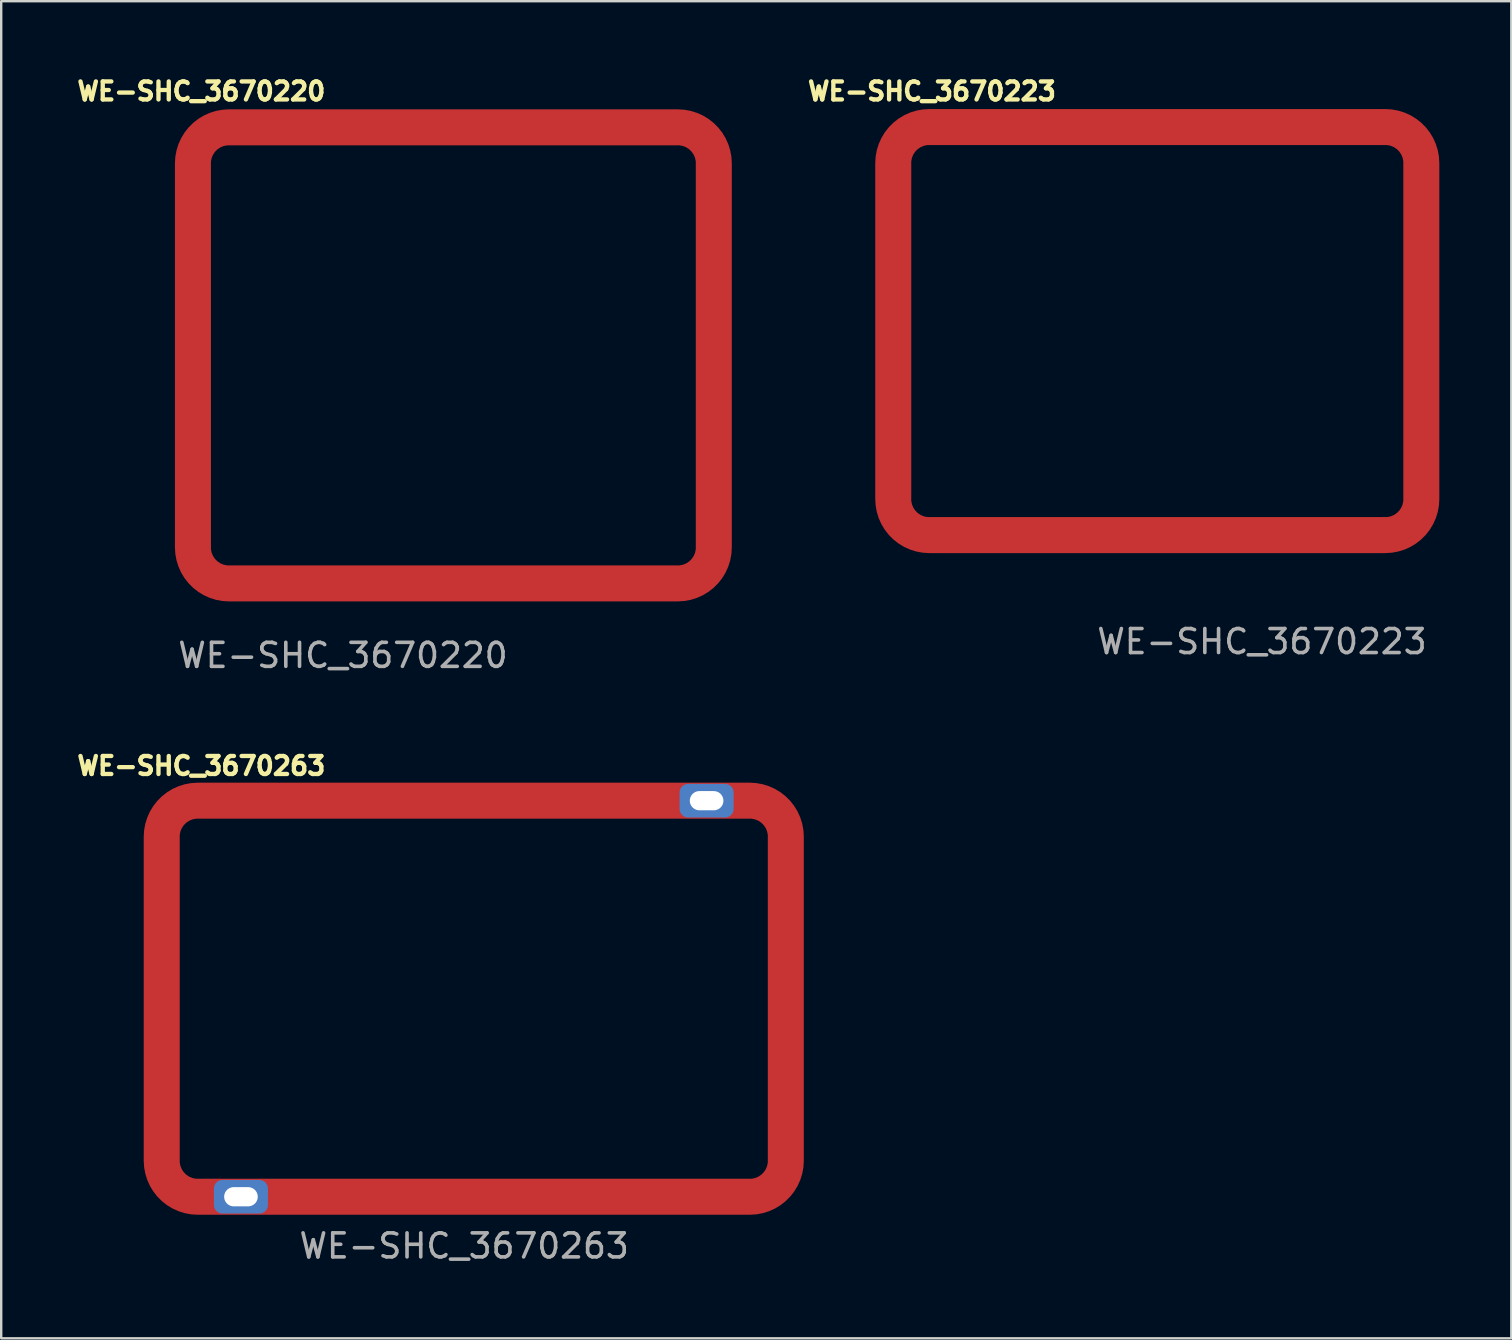
<source format=kicad_pcb>
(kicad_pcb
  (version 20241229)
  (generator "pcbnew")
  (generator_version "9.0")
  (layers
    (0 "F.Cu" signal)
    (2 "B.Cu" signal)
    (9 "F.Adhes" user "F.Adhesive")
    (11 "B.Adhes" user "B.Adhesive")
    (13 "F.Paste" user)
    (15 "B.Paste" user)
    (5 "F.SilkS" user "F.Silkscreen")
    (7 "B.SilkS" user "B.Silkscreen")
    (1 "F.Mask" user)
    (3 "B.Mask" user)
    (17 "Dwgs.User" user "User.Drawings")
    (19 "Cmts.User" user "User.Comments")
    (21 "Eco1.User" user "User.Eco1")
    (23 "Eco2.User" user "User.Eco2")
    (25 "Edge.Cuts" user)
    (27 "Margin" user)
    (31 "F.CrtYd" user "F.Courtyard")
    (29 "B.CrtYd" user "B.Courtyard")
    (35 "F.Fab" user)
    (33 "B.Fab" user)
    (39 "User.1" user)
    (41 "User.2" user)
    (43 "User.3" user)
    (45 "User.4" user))
  (footprint "WE-SHC_3670223"
    (layer "F.Cu")
    (at 45.176 10.755)
    (property "Reference" "WE-SHC_3670223" (at -9.4 -10 0) (unlocked yes) (layer "F.SilkS") (effects (font (size 0.75 0.75) (thickness 0.18))))
    (attr smd)
    (fp_line (start -11 -1.125) (end -11 1.125) (stroke (width 0.5) (type default)) (layer "F.Paste"))
    (fp_line (start -11 6.869) (end -11 2.4) (stroke (width 0.5) (type default)) (layer "F.Paste"))
    (fp_line (start -11 -6.9) (end -11 -2.431) (stroke (width 0.5) (type default)) (layer "F.Paste"))
    (fp_line (start -9.4 8.469) (end -2.6 8.469) (stroke (width 0.5) (type default)) (layer "F.Paste"))
    (fp_line (start -9.4 -8.5) (end -2.6 -8.5) (stroke (width 0.5) (type default)) (layer "F.Paste"))
    (fp_line (start -1.125 -8.5) (end 1.125 -8.5) (stroke (width 0.5) (type default)) (layer "F.Paste"))
    (fp_line (start -1.125 8.4) (end 1.125 8.4) (stroke (width 0.5) (type default)) (layer "F.Paste"))
    (fp_line (start 9.4 -8.5) (end 2.6 -8.5) (stroke (width 0.5) (type default)) (layer "F.Paste"))
    (fp_line (start 9.4 8.469) (end 2.6 8.469) (stroke (width 0.5) (type default)) (layer "F.Paste"))
    (fp_line (start 11 -6.9) (end 11 -2.431) (stroke (width 0.5) (type default)) (layer "F.Paste"))
    (fp_line (start 11 -1.125) (end 11 1.125) (stroke (width 0.5) (type default)) (layer "F.Paste"))
    (fp_line (start 11 6.869) (end 11 2.4) (stroke (width 0.5) (type default)) (layer "F.Paste"))
    (fp_arc (start -10.999999 -6.899999) (mid -10.53137 -8.03137) (end -9.399999 -8.499999) (stroke (width 0.5) (type default)) (layer "F.Paste"))
    (fp_arc (start -9.4 8.468629) (mid -10.531371 8) (end -11 6.868629) (stroke (width 0.5) (type default)) (layer "F.Paste"))
    (fp_arc (start 9.4 -8.5) (mid 10.531371 -8.031371) (end 11 -6.9) (stroke (width 0.5) (type default)) (layer "F.Paste"))
    (fp_arc (start 11 6.868629) (mid 10.531371 8) (end 9.4 8.468629) (stroke (width 0.5) (type default)) (layer "F.Paste"))
    (fp_text user "${REFERENCE}" (at 4.35 12.925 0) (unlocked yes) (layer "F.Fab") (effects (font (size 1 1) (thickness 0.15))))
    (pad "1" smd custom (at -8.287 8.488) (size 1 1) (layers "F.Cu" "F.Mask") (options (anchor rect)) (primitives (gr_line (start 17.775 0) (end -1.225 0) (width 1.5)) (gr_arc (start -1.225 0) (mid -2.28566 -0.43934) (end -2.725 -1.5) (width 1.5)) (gr_line (start -2.725 -1.5) (end -2.725 -15.5) (width 1.5)) (gr_arc (start -2.725 -15.5) (mid -2.28566 -16.56066) (end -1.225 -17) (width 1.5)) (gr_line (start -1.225 -17) (end 17.775 -17) (width 1.5)) (gr_arc (start 19.275 -1.5) (mid 18.83566 -0.43934) (end 17.775 0) (width 1.5)) (gr_line (start 19.275 -15.5) (end 19.275 -1.5) (width 1.5)) (gr_arc (start 17.775 -17) (mid 18.83566 -16.56066) (end 19.275 -15.5) (width 1.5)))))
  (footprint "WE-SHC_3670263"
    (layer "F.Cu")
    (at 16.688 38.558)
    (property "Reference" "WE-SHC_3670263" (at -11.35 -9.7 0) (unlocked yes) (layer "F.SilkS") (effects (font (size 0.75 0.75) (thickness 0.18))))
    (attr through_hole)
    (fp_line (start -13 -6.717) (end -13 -2.883) (stroke (width 0.5) (type default)) (layer "F.Paste"))
    (fp_line (start -13 -1.125) (end -13 1.125) (stroke (width 0.5) (type default)) (layer "F.Paste"))
    (fp_line (start -13 6.7) (end -13 2.866) (stroke (width 0.5) (type default)) (layer "F.Paste"))
    (fp_line (start -11.4 -8.317) (end -2.4 -8.317) (stroke (width 0.5) (type default)) (layer "F.Paste"))
    (fp_line (start -8.2 8.3) (end -2.4 8.3) (stroke (width 0.5) (type default)) (layer "F.Paste"))
    (fp_line (start -1.125 -8.3) (end 1.125 -8.3) (stroke (width 0.5) (type default)) (layer "F.Paste"))
    (fp_line (start -1.125 8.3) (end 1.125 8.3) (stroke (width 0.5) (type default)) (layer "F.Paste"))
    (fp_line (start 8.2 -8.3) (end 2.4 -8.3) (stroke (width 0.5) (type default)) (layer "F.Paste"))
    (fp_line (start 11.4 8.3) (end 2.4 8.3) (stroke (width 0.5) (type default)) (layer "F.Paste"))
    (fp_line (start 13 -6.7) (end 13 -2.866) (stroke (width 0.5) (type default)) (layer "F.Paste"))
    (fp_line (start 13 -1.225) (end 13 1.025) (stroke (width 0.5) (type default)) (layer "F.Paste"))
    (fp_line (start 13 6.7) (end 13 2.866) (stroke (width 0.5) (type default)) (layer "F.Paste"))
    (fp_arc (start -13 -6.717157) (mid -12.531371 -7.848528) (end -11.4 -8.317157) (stroke (width 0.5) (type default)) (layer "F.Paste"))
    (fp_arc (start -11.4 8.3) (mid -12.531371 7.831371) (end -13 6.7) (stroke (width 0.5) (type default)) (layer "F.Paste"))
    (fp_arc (start 11.4 -8.3) (mid 12.531371 -7.831371) (end 13 -6.7) (stroke (width 0.5) (type default)) (layer "F.Paste"))
    (fp_arc (start 13 6.7) (mid 12.531371 7.831371) (end 11.4 8.3) (stroke (width 0.5) (type default)) (layer "F.Paste"))
    (fp_text user "${REFERENCE}" (at -0.4 10.3 0) (unlocked yes) (layer "F.Fab") (effects (font (size 1 1) (thickness 0.15))))
    (pad "1" thru_hole roundrect (at -9.7 8.25) (size 2.25 1.4) (drill oval 1.4 0.8) (layers "*.Cu" "F.Mask") (roundrect_rratio 0.25))
    (pad "1" thru_hole roundrect (at 9.7 -8.25) (size 2.25 1.4) (drill oval 1.4 0.8) (layers "*.Cu" "F.Mask") (roundrect_rratio 0.25))
    (pad "1" smd custom (at 9.8 -8.25) (size 1.4 1.4) (layers "F.Cu" "F.Mask") (options (anchor circle)) (primitives (gr_poly (pts (xy -1.125 -0.35) (xy -1.11 -0.45) (xy -1.06 -0.553) (xy -0.978 -0.635) (xy -0.875 -0.685) (xy -0.775 -0.7) (xy 0.775 -0.7) (xy 0.875 -0.685) (xy 0.978 -0.635) (xy 1.06 -0.553) (xy 1.11 -0.45) (xy 1.125 -0.35) (xy 1.125 0.35) (xy 1.11 0.45) (xy 1.06 0.553) (xy 0.978 0.635) (xy 0.875 0.685) (xy 0.775 0.7) (xy -0.775 0.7) (xy -0.875 0.685) (xy -0.978 0.635) (xy -1.06 0.553) (xy -1.11 0.45) (xy -1.125 0.35)) (width 0) (fill yes)) (gr_line (start -21.3 0) (end 1.7 0) (width 1.5)) (gr_arc (start 1.7 0) (mid 2.76066 0.43934) (end 3.2 1.5) (width 1.5)) (gr_line (start 3.2 1.5) (end 3.2 15) (width 1.5)) (gr_arc (start 3.2 15) (mid 2.76066 16.06066) (end 1.7 16.5) (width 1.5)) (gr_line (start 1.7 16.5) (end -21.3 16.5) (width 1.5)) (gr_arc (start -22.8 1.5) (mid -22.36066 0.43934) (end -21.3 0) (width 1.5)) (gr_line (start -22.8 15) (end -22.8 1.5) (width 1.5)) (gr_arc (start -21.3 16.5) (mid -22.36066 16.06066) (end -22.8 15) (width 1.5)))))
  (footprint "WE-SHC_3670220"
    (layer "F.Cu")
    (at 15.838 11.755)
    (property "Reference" "WE-SHC_3670220" (at -10.5 -11 0) (unlocked yes) (layer "F.SilkS") (effects (font (size 0.75 0.75) (thickness 0.18))))
    (attr smd)
    (fp_line (start -10.9 -7.9) (end -10.9 -2.5) (stroke (width 0.5) (type default)) (layer "F.Paste"))
    (fp_line (start -10.9 -1.125) (end -10.9 1.125) (stroke (width 0.5) (type default)) (layer "F.Paste"))
    (fp_line (start -10.9 7.9) (end -10.9 2.5) (stroke (width 0.5) (type default)) (layer "F.Paste"))
    (fp_line (start -9.3 -9.5) (end -2.5 -9.5) (stroke (width 0.5) (type default)) (layer "F.Paste"))
    (fp_line (start -9.3 9.5) (end -2.5 9.5) (stroke (width 0.5) (type default)) (layer "F.Paste"))
    (fp_line (start -1.125 -9.5) (end 1.125 -9.5) (stroke (width 0.5) (type default)) (layer "F.Paste"))
    (fp_line (start -1.125 9.5) (end 1.125 9.5) (stroke (width 0.5) (type default)) (layer "F.Paste"))
    (fp_line (start 9.3 -9.5) (end 2.5 -9.5) (stroke (width 0.5) (type default)) (layer "F.Paste"))
    (fp_line (start 9.3 9.5) (end 2.5 9.5) (stroke (width 0.5) (type default)) (layer "F.Paste"))
    (fp_line (start 10.9 -7.9) (end 10.9 -2.5) (stroke (width 0.5) (type default)) (layer "F.Paste"))
    (fp_line (start 10.9 -1.125) (end 10.9 1.125) (stroke (width 0.5) (type default)) (layer "F.Paste"))
    (fp_line (start 10.9 7.9) (end 10.9 2.5) (stroke (width 0.5) (type default)) (layer "F.Paste"))
    (fp_arc (start -10.9 -7.9) (mid -10.431371 -9.031371) (end -9.3 -9.5) (stroke (width 0.5) (type default)) (layer "F.Paste"))
    (fp_arc (start -9.3 9.5) (mid -10.431371 9.031371) (end -10.9 7.9) (stroke (width 0.5) (type default)) (layer "F.Paste"))
    (fp_arc (start 9.3 -9.5) (mid 10.431371 -9.031371) (end 10.9 -7.9) (stroke (width 0.5) (type default)) (layer "F.Paste"))
    (fp_arc (start 10.9 7.9) (mid 10.431371 9.031371) (end 9.3 9.5) (stroke (width 0.5) (type default)) (layer "F.Paste"))
    (fp_text user "${REFERENCE}" (at -4.6 12.5 0) (unlocked yes) (layer "F.Fab") (effects (font (size 1 1) (thickness 0.15))))
    (pad "1" smd custom (at -6.85 9.5) (size 1 1) (layers "F.Cu" "F.Mask") (options (anchor circle)) (primitives (gr_poly (pts (xy -0.5 -0.25) (xy -0.481 -0.346) (xy -0.427 -0.427) (xy -0.346 -0.481) (xy -0.25 -0.5) (xy 0.25 -0.5) (xy 0.346 -0.481) (xy 0.427 -0.427) (xy 0.481 -0.346) (xy 0.5 -0.25) (xy 0.5 0.25) (xy 0.481 0.346) (xy 0.427 0.427) (xy 0.346 0.481) (xy 0.25 0.5) (xy -0.25 0.5) (xy -0.346 0.481) (xy -0.427 0.427) (xy -0.481 0.346) (xy -0.5 0.25)) (width 0) (fill yes)) (gr_line (start 16.2 0) (end -2.5 0) (width 1.5)) (gr_arc (start 17.7 -1.5) (mid 17.26066 -0.43934) (end 16.2 0) (width 1.5)) (gr_line (start 17.7 -17.5) (end 17.7 -1.5) (width 1.5)) (gr_arc (start -2.5 0) (mid -3.56066 -0.43934) (end -4 -1.5) (width 1.5)) (gr_line (start -4 -1.5) (end -4 -17.5) (width 1.5)) (gr_arc (start 16.2 -19) (mid 17.26066 -18.56066) (end 17.7 -17.5) (width 1.5)) (gr_line (start -2.5 -19) (end 16.2 -19) (width 1.5)) (gr_arc (start -4 -17.5) (mid -3.56066 -18.56066) (end -2.5 -19) (width 1.5)))))
  (gr_rect
    (start -3 -3)
    (end 59.913 52.706)
    (stroke (width 0.1) (type default))
    (fill no)
    (layer "Edge.Cuts")))
</source>
